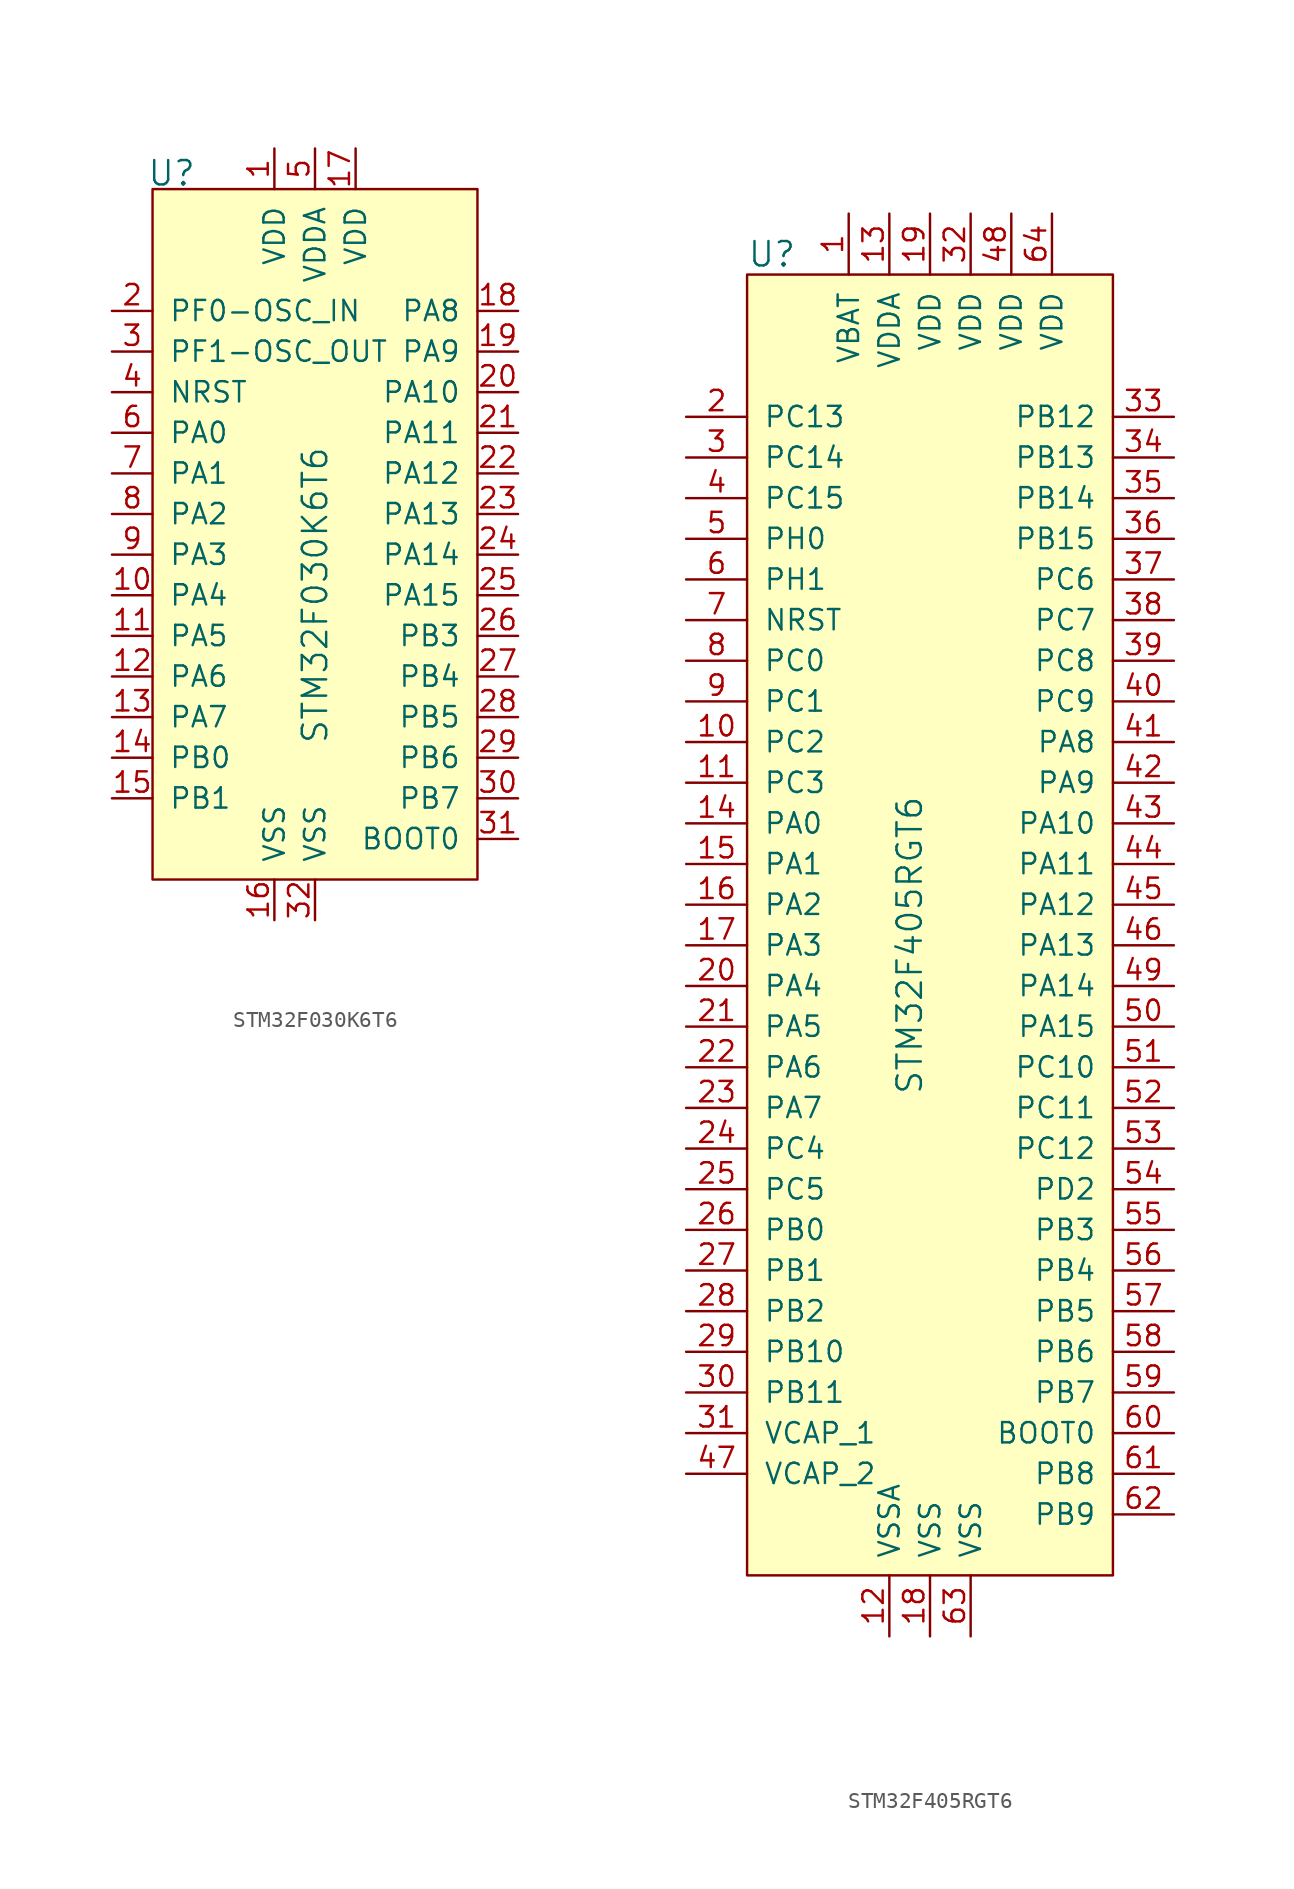
<source format=kicad_sym>
(kicad_symbol_lib
  (version 20211014)
  (generator kicad_symbol_editor)
  (symbol "STM32F030K6T6"
    (pin_names
      (offset 1.016))
    (property "Reference" "U"
      (at -8.966 18.771 0)
      (effects (font (size 1.524 1.524))))
    (property "Value" "STM32F030K6T6"
      (at 0 -7.62 90)
      (effects (font (size 1.524 1.524))))
    (symbol "STM32F030K6T6_0_1"
      (rectangle (start -10.16 17.78) (end 10.16 -25.4) (stroke (width 0) (type default) (color 0 0 0 0)) (fill (type background))))
    (symbol "STM32F030K6T6_1_1"
      (pin power_in line (at -2.54 20.32 270) (length 2.54) (name "VDD" (effects (font (size 1.27 1.27)))) (number "1" (effects (font (size 1.27 1.27)))))
      (pin bidirectional line (at -12.7 -7.62 0) (length 2.54) (name "PA4" (effects (font (size 1.27 1.27)))) (number "10" (effects (font (size 1.27 1.27)))))
      (pin bidirectional line (at -12.7 -10.16 0) (length 2.54) (name "PA5" (effects (font (size 1.27 1.27)))) (number "11" (effects (font (size 1.27 1.27)))))
      (pin bidirectional line (at -12.7 -12.7 0) (length 2.54) (name "PA6" (effects (font (size 1.27 1.27)))) (number "12" (effects (font (size 1.27 1.27)))))
      (pin bidirectional line (at -12.7 -15.24 0) (length 2.54) (name "PA7" (effects (font (size 1.27 1.27)))) (number "13" (effects (font (size 1.27 1.27)))))
      (pin bidirectional line (at -12.7 -17.78 0) (length 2.54) (name "PB0" (effects (font (size 1.27 1.27)))) (number "14" (effects (font (size 1.27 1.27)))))
      (pin bidirectional line (at -12.7 -20.32 0) (length 2.54) (name "PB1" (effects (font (size 1.27 1.27)))) (number "15" (effects (font (size 1.27 1.27)))))
      (pin power_in line (at -2.54 -27.94 90) (length 2.54) (name "VSS" (effects (font (size 1.27 1.27)))) (number "16" (effects (font (size 1.27 1.27)))))
      (pin power_in line (at 2.54 20.32 270) (length 2.54) (name "VDD" (effects (font (size 1.27 1.27)))) (number "17" (effects (font (size 1.27 1.27)))))
      (pin bidirectional line (at 12.7 10.16 180) (length 2.54) (name "PA8" (effects (font (size 1.27 1.27)))) (number "18" (effects (font (size 1.27 1.27)))))
      (pin bidirectional line (at 12.7 7.62 180) (length 2.54) (name "PA9" (effects (font (size 1.27 1.27)))) (number "19" (effects (font (size 1.27 1.27)))))
      (pin bidirectional line (at -12.7 10.16 0) (length 2.54) (name "PF0-OSC_IN" (effects (font (size 1.27 1.27)))) (number "2" (effects (font (size 1.27 1.27)))))
      (pin bidirectional line (at 12.7 5.08 180) (length 2.54) (name "PA10" (effects (font (size 1.27 1.27)))) (number "20" (effects (font (size 1.27 1.27)))))
      (pin bidirectional line (at 12.7 2.54 180) (length 2.54) (name "PA11" (effects (font (size 1.27 1.27)))) (number "21" (effects (font (size 1.27 1.27)))))
      (pin bidirectional line (at 12.7 0 180) (length 2.54) (name "PA12" (effects (font (size 1.27 1.27)))) (number "22" (effects (font (size 1.27 1.27)))))
      (pin bidirectional line (at 12.7 -2.54 180) (length 2.54) (name "PA13" (effects (font (size 1.27 1.27)))) (number "23" (effects (font (size 1.27 1.27)))))
      (pin bidirectional line (at 12.7 -5.08 180) (length 2.54) (name "PA14" (effects (font (size 1.27 1.27)))) (number "24" (effects (font (size 1.27 1.27)))))
      (pin bidirectional line (at 12.7 -7.62 180) (length 2.54) (name "PA15" (effects (font (size 1.27 1.27)))) (number "25" (effects (font (size 1.27 1.27)))))
      (pin bidirectional line (at 12.7 -10.16 180) (length 2.54) (name "PB3" (effects (font (size 1.27 1.27)))) (number "26" (effects (font (size 1.27 1.27)))))
      (pin bidirectional line (at 12.7 -12.7 180) (length 2.54) (name "PB4" (effects (font (size 1.27 1.27)))) (number "27" (effects (font (size 1.27 1.27)))))
      (pin bidirectional line (at 12.7 -15.24 180) (length 2.54) (name "PB5" (effects (font (size 1.27 1.27)))) (number "28" (effects (font (size 1.27 1.27)))))
      (pin bidirectional line (at 12.7 -17.78 180) (length 2.54) (name "PB6" (effects (font (size 1.27 1.27)))) (number "29" (effects (font (size 1.27 1.27)))))
      (pin bidirectional line (at -12.7 7.62 0) (length 2.54) (name "PF1-OSC_OUT" (effects (font (size 1.27 1.27)))) (number "3" (effects (font (size 1.27 1.27)))))
      (pin bidirectional line (at 12.7 -20.32 180) (length 2.54) (name "PB7" (effects (font (size 1.27 1.27)))) (number "30" (effects (font (size 1.27 1.27)))))
      (pin bidirectional line (at 12.7 -22.86 180) (length 2.54) (name "BOOT0" (effects (font (size 1.27 1.27)))) (number "31" (effects (font (size 1.27 1.27)))))
      (pin power_in line (at 0 -27.94 90) (length 2.54) (name "VSS" (effects (font (size 1.27 1.27)))) (number "32" (effects (font (size 1.27 1.27)))))
      (pin bidirectional line (at -12.7 5.08 0) (length 2.54) (name "NRST" (effects (font (size 1.27 1.27)))) (number "4" (effects (font (size 1.27 1.27)))))
      (pin power_in line (at 0 20.32 270) (length 2.54) (name "VDDA" (effects (font (size 1.27 1.27)))) (number "5" (effects (font (size 1.27 1.27)))))
      (pin bidirectional line (at -12.7 2.54 0) (length 2.54) (name "PA0" (effects (font (size 1.27 1.27)))) (number "6" (effects (font (size 1.27 1.27)))))
      (pin bidirectional line (at -12.7 0 0) (length 2.54) (name "PA1" (effects (font (size 1.27 1.27)))) (number "7" (effects (font (size 1.27 1.27)))))
      (pin bidirectional line (at -12.7 -2.54 0) (length 2.54) (name "PA2" (effects (font (size 1.27 1.27)))) (number "8" (effects (font (size 1.27 1.27)))))
      (pin bidirectional line (at -12.7 -5.08 0) (length 2.54) (name "PA3" (effects (font (size 1.27 1.27)))) (number "9" (effects (font (size 1.27 1.27)))))))
  (symbol "STM32F405RGT6"
    (pin_names
      (offset 1.016))
    (property "Reference" "U"
      (at -11.43 45.72 0)
      (effects (font (size 1.524 1.524)) (justify left)))
    (property "Value" "STM32F405RGT6"
      (at -1.27 2.54 90)
      (effects (font (size 1.524 1.524))))
    (symbol "STM32F405RGT6_0_1"
      (rectangle (start -11.43 44.45) (end 11.43 -36.83) (stroke (width 0) (type default) (color 0 0 0 0)) (fill (type background))))
    (symbol "STM32F405RGT6_1_1"
      (pin power_in line (at -5.08 48.26 270) (length 3.81) (name "VBAT" (effects (font (size 1.27 1.27)))) (number "1" (effects (font (size 1.27 1.27)))))
      (pin bidirectional line (at -15.24 15.24 0) (length 3.81) (name "PC2" (effects (font (size 1.27 1.27)))) (number "10" (effects (font (size 1.27 1.27)))))
      (pin bidirectional line (at -15.24 12.7 0) (length 3.81) (name "PC3" (effects (font (size 1.27 1.27)))) (number "11" (effects (font (size 1.27 1.27)))))
      (pin power_in line (at -2.54 -40.64 90) (length 3.81) (name "VSSA" (effects (font (size 1.27 1.27)))) (number "12" (effects (font (size 1.27 1.27)))))
      (pin power_in line (at -2.54 48.26 270) (length 3.81) (name "VDDA" (effects (font (size 1.27 1.27)))) (number "13" (effects (font (size 1.27 1.27)))))
      (pin bidirectional line (at -15.24 10.16 0) (length 3.81) (name "PA0" (effects (font (size 1.27 1.27)))) (number "14" (effects (font (size 1.27 1.27)))))
      (pin bidirectional line (at -15.24 7.62 0) (length 3.81) (name "PA1" (effects (font (size 1.27 1.27)))) (number "15" (effects (font (size 1.27 1.27)))))
      (pin bidirectional line (at -15.24 5.08 0) (length 3.81) (name "PA2" (effects (font (size 1.27 1.27)))) (number "16" (effects (font (size 1.27 1.27)))))
      (pin bidirectional line (at -15.24 2.54 0) (length 3.81) (name "PA3" (effects (font (size 1.27 1.27)))) (number "17" (effects (font (size 1.27 1.27)))))
      (pin power_in line (at 0 -40.64 90) (length 3.81) (name "VSS" (effects (font (size 1.27 1.27)))) (number "18" (effects (font (size 1.27 1.27)))))
      (pin power_in line (at 0 48.26 270) (length 3.81) (name "VDD" (effects (font (size 1.27 1.27)))) (number "19" (effects (font (size 1.27 1.27)))))
      (pin bidirectional line (at -15.24 35.56 0) (length 3.81) (name "PC13" (effects (font (size 1.27 1.27)))) (number "2" (effects (font (size 1.27 1.27)))))
      (pin bidirectional line (at -15.24 0 0) (length 3.81) (name "PA4" (effects (font (size 1.27 1.27)))) (number "20" (effects (font (size 1.27 1.27)))))
      (pin bidirectional line (at -15.24 -2.54 0) (length 3.81) (name "PA5" (effects (font (size 1.27 1.27)))) (number "21" (effects (font (size 1.27 1.27)))))
      (pin bidirectional line (at -15.24 -5.08 0) (length 3.81) (name "PA6" (effects (font (size 1.27 1.27)))) (number "22" (effects (font (size 1.27 1.27)))))
      (pin bidirectional line (at -15.24 -7.62 0) (length 3.81) (name "PA7" (effects (font (size 1.27 1.27)))) (number "23" (effects (font (size 1.27 1.27)))))
      (pin bidirectional line (at -15.24 -10.16 0) (length 3.81) (name "PC4" (effects (font (size 1.27 1.27)))) (number "24" (effects (font (size 1.27 1.27)))))
      (pin bidirectional line (at -15.24 -12.7 0) (length 3.81) (name "PC5" (effects (font (size 1.27 1.27)))) (number "25" (effects (font (size 1.27 1.27)))))
      (pin bidirectional line (at -15.24 -15.24 0) (length 3.81) (name "PB0" (effects (font (size 1.27 1.27)))) (number "26" (effects (font (size 1.27 1.27)))))
      (pin bidirectional line (at -15.24 -17.78 0) (length 3.81) (name "PB1" (effects (font (size 1.27 1.27)))) (number "27" (effects (font (size 1.27 1.27)))))
      (pin bidirectional line (at -15.24 -20.32 0) (length 3.81) (name "PB2" (effects (font (size 1.27 1.27)))) (number "28" (effects (font (size 1.27 1.27)))))
      (pin bidirectional line (at -15.24 -22.86 0) (length 3.81) (name "PB10" (effects (font (size 1.27 1.27)))) (number "29" (effects (font (size 1.27 1.27)))))
      (pin bidirectional line (at -15.24 33.02 0) (length 3.81) (name "PC14" (effects (font (size 1.27 1.27)))) (number "3" (effects (font (size 1.27 1.27)))))
      (pin bidirectional line (at -15.24 -25.4 0) (length 3.81) (name "PB11" (effects (font (size 1.27 1.27)))) (number "30" (effects (font (size 1.27 1.27)))))
      (pin passive line (at -15.24 -27.94 0) (length 3.81) (name "VCAP_1" (effects (font (size 1.27 1.27)))) (number "31" (effects (font (size 1.27 1.27)))))
      (pin power_in line (at 2.54 48.26 270) (length 3.81) (name "VDD" (effects (font (size 1.27 1.27)))) (number "32" (effects (font (size 1.27 1.27)))))
      (pin bidirectional line (at 15.24 35.56 180) (length 3.81) (name "PB12" (effects (font (size 1.27 1.27)))) (number "33" (effects (font (size 1.27 1.27)))))
      (pin bidirectional line (at 15.24 33.02 180) (length 3.81) (name "PB13" (effects (font (size 1.27 1.27)))) (number "34" (effects (font (size 1.27 1.27)))))
      (pin bidirectional line (at 15.24 30.48 180) (length 3.81) (name "PB14" (effects (font (size 1.27 1.27)))) (number "35" (effects (font (size 1.27 1.27)))))
      (pin bidirectional line (at 15.24 27.94 180) (length 3.81) (name "PB15" (effects (font (size 1.27 1.27)))) (number "36" (effects (font (size 1.27 1.27)))))
      (pin bidirectional line (at 15.24 25.4 180) (length 3.81) (name "PC6" (effects (font (size 1.27 1.27)))) (number "37" (effects (font (size 1.27 1.27)))))
      (pin bidirectional line (at 15.24 22.86 180) (length 3.81) (name "PC7" (effects (font (size 1.27 1.27)))) (number "38" (effects (font (size 1.27 1.27)))))
      (pin bidirectional line (at 15.24 20.32 180) (length 3.81) (name "PC8" (effects (font (size 1.27 1.27)))) (number "39" (effects (font (size 1.27 1.27)))))
      (pin bidirectional line (at -15.24 30.48 0) (length 3.81) (name "PC15" (effects (font (size 1.27 1.27)))) (number "4" (effects (font (size 1.27 1.27)))))
      (pin bidirectional line (at 15.24 17.78 180) (length 3.81) (name "PC9" (effects (font (size 1.27 1.27)))) (number "40" (effects (font (size 1.27 1.27)))))
      (pin bidirectional line (at 15.24 15.24 180) (length 3.81) (name "PA8" (effects (font (size 1.27 1.27)))) (number "41" (effects (font (size 1.27 1.27)))))
      (pin bidirectional line (at 15.24 12.7 180) (length 3.81) (name "PA9" (effects (font (size 1.27 1.27)))) (number "42" (effects (font (size 1.27 1.27)))))
      (pin bidirectional line (at 15.24 10.16 180) (length 3.81) (name "PA10" (effects (font (size 1.27 1.27)))) (number "43" (effects (font (size 1.27 1.27)))))
      (pin bidirectional line (at 15.24 7.62 180) (length 3.81) (name "PA11" (effects (font (size 1.27 1.27)))) (number "44" (effects (font (size 1.27 1.27)))))
      (pin bidirectional line (at 15.24 5.08 180) (length 3.81) (name "PA12" (effects (font (size 1.27 1.27)))) (number "45" (effects (font (size 1.27 1.27)))))
      (pin bidirectional line (at 15.24 2.54 180) (length 3.81) (name "PA13" (effects (font (size 1.27 1.27)))) (number "46" (effects (font (size 1.27 1.27)))))
      (pin passive line (at -15.24 -30.48 0) (length 3.81) (name "VCAP_2" (effects (font (size 1.27 1.27)))) (number "47" (effects (font (size 1.27 1.27)))))
      (pin power_in line (at 5.08 48.26 270) (length 3.81) (name "VDD" (effects (font (size 1.27 1.27)))) (number "48" (effects (font (size 1.27 1.27)))))
      (pin bidirectional line (at 15.24 0 180) (length 3.81) (name "PA14" (effects (font (size 1.27 1.27)))) (number "49" (effects (font (size 1.27 1.27)))))
      (pin bidirectional line (at -15.24 27.94 0) (length 3.81) (name "PH0" (effects (font (size 1.27 1.27)))) (number "5" (effects (font (size 1.27 1.27)))))
      (pin bidirectional line (at 15.24 -2.54 180) (length 3.81) (name "PA15" (effects (font (size 1.27 1.27)))) (number "50" (effects (font (size 1.27 1.27)))))
      (pin bidirectional line (at 15.24 -5.08 180) (length 3.81) (name "PC10" (effects (font (size 1.27 1.27)))) (number "51" (effects (font (size 1.27 1.27)))))
      (pin bidirectional line (at 15.24 -7.62 180) (length 3.81) (name "PC11" (effects (font (size 1.27 1.27)))) (number "52" (effects (font (size 1.27 1.27)))))
      (pin bidirectional line (at 15.24 -10.16 180) (length 3.81) (name "PC12" (effects (font (size 1.27 1.27)))) (number "53" (effects (font (size 1.27 1.27)))))
      (pin bidirectional line (at 15.24 -12.7 180) (length 3.81) (name "PD2" (effects (font (size 1.27 1.27)))) (number "54" (effects (font (size 1.27 1.27)))))
      (pin bidirectional line (at 15.24 -15.24 180) (length 3.81) (name "PB3" (effects (font (size 1.27 1.27)))) (number "55" (effects (font (size 1.27 1.27)))))
      (pin bidirectional line (at 15.24 -17.78 180) (length 3.81) (name "PB4" (effects (font (size 1.27 1.27)))) (number "56" (effects (font (size 1.27 1.27)))))
      (pin bidirectional line (at 15.24 -20.32 180) (length 3.81) (name "PB5" (effects (font (size 1.27 1.27)))) (number "57" (effects (font (size 1.27 1.27)))))
      (pin bidirectional line (at 15.24 -22.86 180) (length 3.81) (name "PB6" (effects (font (size 1.27 1.27)))) (number "58" (effects (font (size 1.27 1.27)))))
      (pin bidirectional line (at 15.24 -25.4 180) (length 3.81) (name "PB7" (effects (font (size 1.27 1.27)))) (number "59" (effects (font (size 1.27 1.27)))))
      (pin bidirectional line (at -15.24 25.4 0) (length 3.81) (name "PH1" (effects (font (size 1.27 1.27)))) (number "6" (effects (font (size 1.27 1.27)))))
      (pin bidirectional line (at 15.24 -27.94 180) (length 3.81) (name "BOOT0" (effects (font (size 1.27 1.27)))) (number "60" (effects (font (size 1.27 1.27)))))
      (pin bidirectional line (at 15.24 -30.48 180) (length 3.81) (name "PB8" (effects (font (size 1.27 1.27)))) (number "61" (effects (font (size 1.27 1.27)))))
      (pin bidirectional line (at 15.24 -33.02 180) (length 3.81) (name "PB9" (effects (font (size 1.27 1.27)))) (number "62" (effects (font (size 1.27 1.27)))))
      (pin power_in line (at 2.54 -40.64 90) (length 3.81) (name "VSS" (effects (font (size 1.27 1.27)))) (number "63" (effects (font (size 1.27 1.27)))))
      (pin power_in line (at 7.62 48.26 270) (length 3.81) (name "VDD" (effects (font (size 1.27 1.27)))) (number "64" (effects (font (size 1.27 1.27)))))
      (pin bidirectional line (at -15.24 22.86 0) (length 3.81) (name "NRST" (effects (font (size 1.27 1.27)))) (number "7" (effects (font (size 1.27 1.27)))))
      (pin bidirectional line (at -15.24 20.32 0) (length 3.81) (name "PC0" (effects (font (size 1.27 1.27)))) (number "8" (effects (font (size 1.27 1.27)))))
      (pin bidirectional line (at -15.24 17.78 0) (length 3.81) (name "PC1" (effects (font (size 1.27 1.27)))) (number "9" (effects (font (size 1.27 1.27))))))))
</source>
